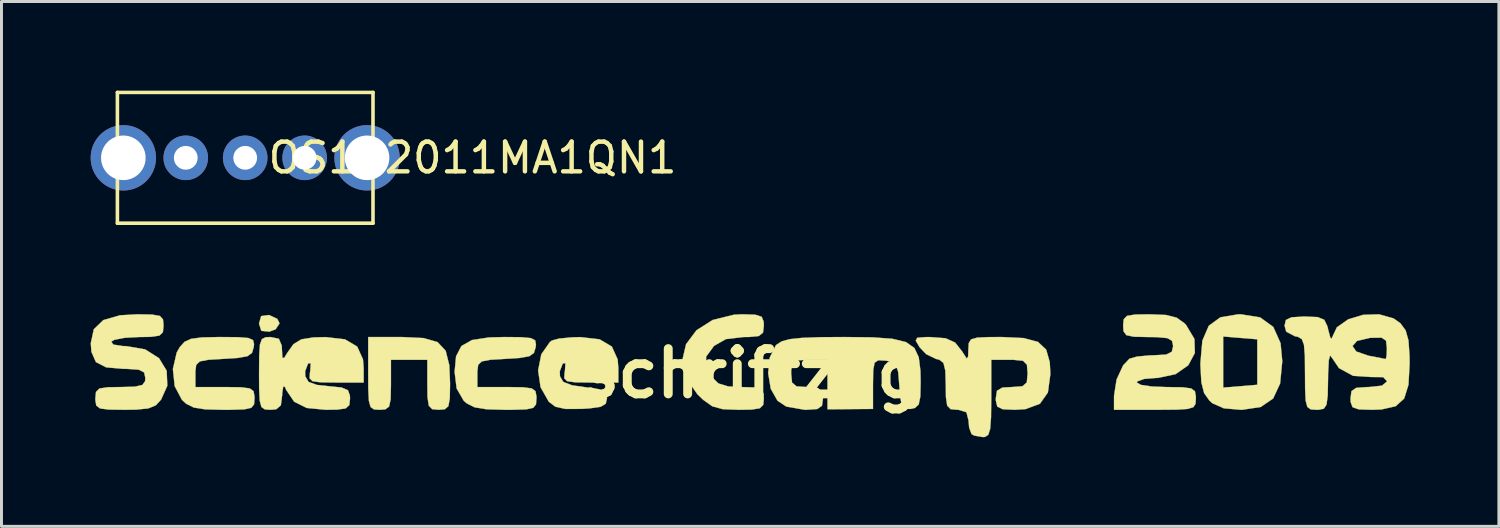
<source format=kicad_pcb>
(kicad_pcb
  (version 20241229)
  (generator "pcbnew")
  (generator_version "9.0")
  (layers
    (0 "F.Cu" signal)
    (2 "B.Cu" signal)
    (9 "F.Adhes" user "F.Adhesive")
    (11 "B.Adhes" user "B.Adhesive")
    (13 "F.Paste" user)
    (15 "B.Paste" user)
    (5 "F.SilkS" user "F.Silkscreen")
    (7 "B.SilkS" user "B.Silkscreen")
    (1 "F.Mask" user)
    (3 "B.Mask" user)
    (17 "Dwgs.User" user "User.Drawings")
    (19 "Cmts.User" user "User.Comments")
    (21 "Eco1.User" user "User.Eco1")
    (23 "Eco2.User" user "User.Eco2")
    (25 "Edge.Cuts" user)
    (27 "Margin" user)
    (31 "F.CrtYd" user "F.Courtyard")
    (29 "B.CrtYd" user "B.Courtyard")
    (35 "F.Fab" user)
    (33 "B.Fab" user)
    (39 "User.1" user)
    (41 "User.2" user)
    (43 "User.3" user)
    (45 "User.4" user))
  (footprint "OS102011MA1QN1"
    (layer "F.Cu")
    (at 4.1 2.26)
    (property "Reference" "OS102011MA1QN1" (at 8.75 0 0) (layer "F.SilkS") (effects (font (size 1 1) (thickness 0.15))))
    (attr through_hole)
    (fp_line (start -3.2 -2.2) (end -3.2 2.2) (stroke (width 0.12) (type solid)) (layer "F.SilkS"))
    (fp_line (start -3.2 -2.2) (end 5.4 -2.2) (stroke (width 0.12) (type solid)) (layer "F.SilkS"))
    (fp_line (start -3.2 2.2) (end 5.4 2.2) (stroke (width 0.12) (type solid)) (layer "F.SilkS"))
    (fp_line (start 5.4 -2.2) (end 5.4 2.2) (stroke (width 0.12) (type solid)) (layer "F.SilkS"))
    (pad "" thru_hole circle (at -3 0) (size 2.2 2.2) (drill 1.5) (layers "*.Cu" "*.Mask"))
    (pad "" thru_hole circle (at 5.2 0) (size 2.2 2.2) (drill 1.5) (layers "*.Cu" "*.Mask"))
    (pad "1" thru_hole circle (at -0.9 0) (size 1.5 1.5) (drill 0.8) (layers "*.Cu" "*.Mask"))
    (pad "2" thru_hole circle (at 1.1 0) (size 1.5 1.5) (drill 0.8) (layers "*.Cu" "*.Mask"))
    (pad "3" thru_hole circle (at 3.1 0) (size 1.5 1.5) (drill 0.8) (layers "*.Cu" "*.Mask")))
  (footprint "schriftzug"
    (layer "F.Cu")
    (at 22.192 9.514)
    (property "Reference" "schriftzug" (at 0 0 0) (layer "F.SilkS") (effects (font (size 1.524 1.524) (thickness 0.3))))
    (attr through_hole)
    (fp_poly (pts (xy -16.181 -1.962) (xy -15.912 -1.836) (xy -15.837 -1.683) (xy -15.967 -1.485) (xy -16.181 -1.405) (xy -16.45 -1.433) (xy -16.525 -1.669) (xy -16.525 -1.683) (xy -16.455 -1.929) (xy -16.195 -1.964) (xy -16.181 -1.962)) (stroke (width 0.01) (type solid)) (fill yes) (layer "F.SilkS"))
    (fp_poly (pts (xy -10.991 -1.189) (xy -10.519 -1.052) (xy -10.247 -0.763) (xy -10.124 -0.273) (xy -10.099 0.34) (xy -10.108 0.837) (xy -10.155 1.101) (xy -10.273 1.206) (xy -10.481 1.224) (xy -10.7 1.202) (xy -10.814 1.087) (xy -10.858 0.803) (xy -10.864 0.383) (xy -10.864 -0.459) (xy -12.088 -0.459) (xy -12.088 0.383) (xy -12.098 0.865) (xy -12.15 1.115) (xy -12.279 1.21) (xy -12.47 1.224) (xy -12.66 1.211) (xy -12.774 1.13) (xy -12.831 0.919) (xy -12.851 0.516) (xy -12.853 0) (xy -12.853 -1.224) (xy -11.714 -1.224) (xy -10.991 -1.189)) (stroke (width 0.01) (type solid)) (fill yes) (layer "F.SilkS"))
    (fp_poly (pts (xy 17.156 -1.885) (xy 17.599 -1.565) (xy 17.844 -1.018) (xy 17.902 -0.41) (xy 17.829 0.34) (xy 17.595 0.844) (xy 17.175 1.13) (xy 16.548 1.224) (xy 16.514 1.224) (xy 15.935 1.174) (xy 15.552 1.004) (xy 15.454 0.918) (xy 15.273 0.663) (xy 15.225 0.478) (xy 15.913 0.478) (xy 17.061 0.383) (xy 17.061 -1.148) (xy 16.487 -1.195) (xy 15.913 -1.243) (xy 15.913 0.478) (xy 15.225 0.478) (xy 15.179 0.3) (xy 15.149 -0.263) (xy 15.148 -0.356) (xy 15.214 -1.104) (xy 15.43 -1.604) (xy 15.821 -1.888) (xy 16.416 -1.988) (xy 16.504 -1.989) (xy 17.156 -1.885)) (stroke (width 0.01) (type solid)) (fill yes) (layer "F.SilkS"))
    (fp_poly (pts (xy 0.172 -1.975) (xy 0.386 -1.905) (xy 0.454 -1.737) (xy 0.459 -1.607) (xy 0.43 -1.371) (xy 0.29 -1.259) (xy -0.044 -1.226) (xy -0.23 -1.224) (xy -0.82 -1.154) (xy -1.214 -0.928) (xy -1.224 -0.918) (xy -1.484 -0.564) (xy -1.481 -0.22) (xy -1.292 0.119) (xy -1.073 0.336) (xy -0.746 0.437) (xy -0.297 0.459) (xy 0.153 0.472) (xy 0.377 0.537) (xy 0.452 0.693) (xy 0.459 0.842) (xy 0.438 1.059) (xy 0.324 1.173) (xy 0.044 1.217) (xy -0.398 1.224) (xy -0.923 1.203) (xy -1.275 1.107) (xy -1.585 0.886) (xy -1.775 0.704) (xy -2.168 0.142) (xy -2.287 -0.435) (xy -2.159 -0.982) (xy -1.808 -1.452) (xy -1.262 -1.798) (xy -0.545 -1.975) (xy -0.268 -1.989) (xy 0.172 -1.975)) (stroke (width 0.01) (type solid)) (fill yes) (layer "F.SilkS"))
    (fp_poly (pts (xy -7.708 -1.219) (xy -7.381 -1.188) (xy -7.235 -1.113) (xy -7.209 -0.973) (xy -7.219 -0.88) (xy -7.277 -0.689) (xy -7.433 -0.578) (xy -7.758 -0.52) (xy -8.224 -0.49) (xy -8.746 -0.459) (xy -9.032 -0.404) (xy -9.153 -0.289) (xy -9.18 -0.077) (xy -9.181 0.007) (xy -9.181 0.459) (xy -8.186 0.459) (xy -7.652 0.466) (xy -7.354 0.504) (xy -7.224 0.599) (xy -7.192 0.779) (xy -7.192 0.842) (xy -7.207 1.041) (xy -7.299 1.156) (xy -7.533 1.209) (xy -7.977 1.223) (xy -8.263 1.224) (xy -8.878 1.206) (xy -9.276 1.14) (xy -9.54 1.006) (xy -9.64 0.918) (xy -9.878 0.506) (xy -9.946 -0.053) (xy -9.897 -0.576) (xy -9.717 -0.922) (xy -9.361 -1.123) (xy -8.782 -1.211) (xy -8.278 -1.224) (xy -7.708 -1.219)) (stroke (width 0.01) (type solid)) (fill yes) (layer "F.SilkS"))
    (fp_poly (pts (xy -5.068 -1.147) (xy -4.655 -0.903) (xy -4.46 -0.471) (xy -4.437 -0.179) (xy -4.437 0.306) (xy -5.373 0.306) (xy -5.886 0.3) (xy -6.159 0.262) (xy -6.257 0.163) (xy -6.245 -0.029) (xy -6.234 -0.088) (xy -6.217 -0.345) (xy -6.307 -0.334) (xy -6.407 -0.072) (xy -6.401 0.099) (xy -6.289 0.286) (xy -5.994 0.4) (xy -5.584 0.459) (xy -5.12 0.526) (xy -4.89 0.629) (xy -4.821 0.805) (xy -4.82 0.842) (xy -4.861 1.021) (xy -5.031 1.122) (xy -5.402 1.176) (xy -5.67 1.193) (xy -6.215 1.196) (xy -6.555 1.121) (xy -6.777 0.953) (xy -7.054 0.464) (xy -7.136 -0.102) (xy -7.029 -0.644) (xy -6.738 -1.058) (xy -6.671 -1.107) (xy -6.43 -1.172) (xy -6.001 -1.214) (xy -5.723 -1.222) (xy -5.068 -1.147)) (stroke (width 0.01) (type solid)) (fill yes) (layer "F.SilkS"))
    (fp_poly (pts (xy -17.223 -1.219) (xy -16.884 -1.191) (xy -16.728 -1.12) (xy -16.694 -0.988) (xy -16.706 -0.88) (xy -16.764 -0.689) (xy -16.919 -0.578) (xy -17.245 -0.52) (xy -17.711 -0.49) (xy -18.232 -0.459) (xy -18.518 -0.404) (xy -18.64 -0.289) (xy -18.667 -0.077) (xy -18.667 0.007) (xy -18.667 0.459) (xy -17.673 0.459) (xy -17.138 0.466) (xy -16.84 0.504) (xy -16.71 0.599) (xy -16.679 0.779) (xy -16.678 0.842) (xy -16.694 1.042) (xy -16.786 1.156) (xy -17.022 1.209) (xy -17.467 1.223) (xy -17.743 1.224) (xy -18.341 1.209) (xy -18.723 1.148) (xy -18.977 1.021) (xy -19.121 0.889) (xy -19.364 0.429) (xy -19.425 -0.146) (xy -19.297 -0.701) (xy -19.194 -0.884) (xy -19.035 -1.061) (xy -18.814 -1.163) (xy -18.453 -1.211) (xy -17.871 -1.224) (xy -17.807 -1.224) (xy -17.223 -1.219)) (stroke (width 0.01) (type solid)) (fill yes) (layer "F.SilkS"))
    (fp_poly (pts (xy -20.126 -1.98) (xy -19.861 -1.933) (xy -19.757 -1.815) (xy -19.739 -1.607) (xy -19.761 -1.387) (xy -19.877 -1.273) (xy -20.164 -1.23) (xy -20.571 -1.224) (xy -21.05 -1.198) (xy -21.394 -1.131) (xy -21.498 -1.071) (xy -21.43 -0.97) (xy -21.11 -0.92) (xy -20.992 -0.918) (xy -20.357 -0.808) (xy -19.892 -0.513) (xy -19.633 -0.087) (xy -19.613 0.417) (xy -19.824 0.884) (xy -20 1.074) (xy -20.251 1.177) (xy -20.664 1.219) (xy -21.048 1.224) (xy -21.58 1.217) (xy -21.875 1.179) (xy -22.003 1.082) (xy -22.033 0.899) (xy -22.034 0.842) (xy -22.012 0.622) (xy -21.896 0.508) (xy -21.612 0.465) (xy -21.192 0.459) (xy -20.706 0.446) (xy -20.452 0.388) (xy -20.36 0.26) (xy -20.351 0.153) (xy -20.393 -0.033) (xy -20.57 -0.125) (xy -20.958 -0.152) (xy -21.085 -0.153) (xy -21.671 -0.204) (xy -22.015 -0.382) (xy -22.167 -0.727) (xy -22.187 -1.017) (xy -22.086 -1.485) (xy -21.767 -1.793) (xy -21.208 -1.955) (xy -20.623 -1.989) (xy -20.126 -1.98)) (stroke (width 0.01) (type solid)) (fill yes) (layer "F.SilkS"))
    (fp_poly (pts (xy 13.993 -1.966) (xy 14.349 -1.875) (xy 14.612 -1.686) (xy 14.662 -1.635) (xy 14.946 -1.16) (xy 14.961 -0.688) (xy 14.739 -0.274) (xy 14.312 0.025) (xy 13.713 0.152) (xy 13.646 0.153) (xy 13.253 0.186) (xy 13.027 0.267) (xy 13.006 0.306) (xy 13.147 0.386) (xy 13.519 0.441) (xy 14.001 0.459) (xy 14.535 0.466) (xy 14.833 0.504) (xy 14.963 0.599) (xy 14.995 0.779) (xy 14.995 0.842) (xy 14.984 1.023) (xy 14.912 1.135) (xy 14.72 1.195) (xy 14.349 1.219) (xy 13.74 1.224) (xy 13.618 1.224) (xy 12.241 1.224) (xy 12.241 0.755) (xy 12.327 0.206) (xy 12.547 -0.27) (xy 12.761 -0.495) (xy 13.011 -0.566) (xy 13.43 -0.606) (xy 13.58 -0.61) (xy 13.996 -0.634) (xy 14.186 -0.728) (xy 14.23 -0.918) (xy 14.194 -1.095) (xy 14.036 -1.187) (xy 13.684 -1.221) (xy 13.389 -1.224) (xy 12.907 -1.234) (xy 12.656 -1.287) (xy 12.561 -1.416) (xy 12.547 -1.607) (xy 12.567 -1.821) (xy 12.676 -1.935) (xy 12.948 -1.981) (xy 13.438 -1.989) (xy 13.993 -1.966)) (stroke (width 0.01) (type solid)) (fill yes) (layer "F.SilkS"))
    (fp_poly (pts (xy 4.105 -1.214) (xy 4.783 -1.165) (xy 5.242 -1.054) (xy 5.524 -0.855) (xy 5.671 -0.543) (xy 5.727 -0.093) (xy 5.735 0.28) (xy 5.724 0.777) (xy 5.669 1.046) (xy 5.541 1.163) (xy 5.402 1.195) (xy 5.205 1.194) (xy 5.097 1.07) (xy 5.042 0.753) (xy 5.019 0.43) (xy 4.98 -0.044) (xy 4.902 -0.293) (xy 4.741 -0.399) (xy 4.552 -0.431) (xy 4.311 -0.443) (xy 4.186 -0.362) (xy 4.139 -0.115) (xy 4.131 0.358) (xy 4.131 1.195) (xy 3.366 1.201) (xy 2.601 1.207) (xy 2.601 -0.459) (xy 1.989 -0.459) (xy 1.597 -0.441) (xy 1.422 -0.343) (xy 1.378 -0.099) (xy 1.377 0) (xy 1.407 0.308) (xy 1.558 0.435) (xy 1.913 0.459) (xy 2.275 0.488) (xy 2.423 0.616) (xy 2.448 0.842) (xy 2.415 1.088) (xy 2.257 1.198) (xy 1.889 1.224) (xy 1.836 1.224) (xy 1.216 1.116) (xy 0.918 0.918) (xy 0.691 0.517) (xy 0.604 -0.01) (xy 0.659 -0.537) (xy 0.857 -0.936) (xy 0.892 -0.971) (xy 1.062 -1.079) (xy 1.329 -1.152) (xy 1.745 -1.196) (xy 2.364 -1.219) (xy 3.163 -1.224) (xy 4.105 -1.214)) (stroke (width 0.01) (type solid)) (fill yes) (layer "F.SilkS"))
    (fp_poly (pts (xy -15.86 -1.167) (xy -15.762 -0.936) (xy -15.756 -0.803) (xy -15.741 -0.523) (xy -15.679 -0.523) (xy -15.577 -0.689) (xy -15.368 -0.985) (xy -15.104 -1.146) (xy -14.691 -1.212) (xy -14.292 -1.222) (xy -13.636 -1.147) (xy -13.223 -0.903) (xy -13.029 -0.471) (xy -13.006 -0.179) (xy -13.006 0.306) (xy -13.942 0.306) (xy -14.455 0.3) (xy -14.728 0.262) (xy -14.825 0.163) (xy -14.814 -0.029) (xy -14.803 -0.088) (xy -14.786 -0.345) (xy -14.876 -0.334) (xy -14.976 -0.072) (xy -14.97 0.099) (xy -14.861 0.285) (xy -14.576 0.388) (xy -14.19 0.429) (xy -13.75 0.474) (xy -13.536 0.564) (xy -13.469 0.746) (xy -13.465 0.85) (xy -13.489 1.067) (xy -13.611 1.178) (xy -13.907 1.219) (xy -14.283 1.224) (xy -14.923 1.162) (xy -15.345 0.951) (xy -15.614 0.554) (xy -15.652 0.459) (xy -15.71 0.431) (xy -15.745 0.656) (xy -15.748 0.727) (xy -15.792 1.073) (xy -15.949 1.207) (xy -16.143 1.224) (xy -16.332 1.211) (xy -16.446 1.13) (xy -16.503 0.919) (xy -16.523 0.516) (xy -16.525 0) (xy -16.521 -0.607) (xy -16.496 -0.971) (xy -16.43 -1.153) (xy -16.304 -1.217) (xy -16.143 -1.224) (xy -15.86 -1.167)) (stroke (width 0.01) (type solid)) (fill yes) (layer "F.SilkS"))
    (fp_poly (pts (xy 9.201 -1.189) (xy 9.681 -1.061) (xy 9.958 -0.801) (xy 10.08 -0.373) (xy 10.099 0.027) (xy 10.016 0.641) (xy 9.747 1.022) (xy 9.261 1.201) (xy 8.901 1.224) (xy 8.496 1.205) (xy 8.312 1.115) (xy 8.263 0.902) (xy 8.263 0.842) (xy 8.303 0.583) (xy 8.483 0.477) (xy 8.798 0.459) (xy 9.158 0.433) (xy 9.306 0.304) (xy 9.334 0) (xy 9.31 -0.294) (xy 9.179 -0.425) (xy 8.853 -0.458) (xy 8.722 -0.459) (xy 8.11 -0.459) (xy 8.11 0.842) (xy 8.103 1.477) (xy 8.074 1.865) (xy 8.011 2.065) (xy 7.901 2.137) (xy 7.829 2.142) (xy 7.538 2.092) (xy 7.447 2.04) (xy 7.366 1.821) (xy 7.345 1.581) (xy 7.275 1.307) (xy 7.01 1.225) (xy 6.962 1.224) (xy 6.742 1.202) (xy 6.628 1.085) (xy 6.585 0.798) (xy 6.58 0.393) (xy 6.565 -0.093) (xy 6.502 -0.352) (xy 6.362 -0.462) (xy 6.253 -0.487) (xy 5.922 -0.647) (xy 5.699 -0.88) (xy 5.57 -1.102) (xy 5.619 -1.199) (xy 5.9 -1.222) (xy 6.064 -1.222) (xy 6.575 -1.183) (xy 6.896 -1.037) (xy 7.138 -0.729) (xy 7.162 -0.689) (xy 7.286 -0.498) (xy 7.332 -0.567) (xy 7.34 -0.803) (xy 7.353 -1.019) (xy 7.431 -1.145) (xy 7.639 -1.204) (xy 8.042 -1.223) (xy 8.468 -1.224) (xy 9.201 -1.189)) (stroke (width 0.01) (type solid)) (fill yes) (layer "F.SilkS"))
    (fp_poly (pts (xy 21.646 -1.851) (xy 21.881 -1.683) (xy 22.054 -1.445) (xy 22.148 -1.111) (xy 22.184 -0.593) (xy 22.187 -0.33) (xy 22.148 0.383) (xy 22.004 0.845) (xy 21.716 1.105) (xy 21.243 1.212) (xy 20.912 1.224) (xy 20.477 1.21) (xy 20.267 1.137) (xy 20.202 0.964) (xy 20.198 0.842) (xy 20.231 0.595) (xy 20.389 0.486) (xy 20.756 0.459) (xy 20.81 0.459) (xy 21.254 0.412) (xy 21.421 0.275) (xy 21.422 0.26) (xy 21.298 0.125) (xy 20.914 0.121) (xy 20.904 0.122) (xy 20.284 0.081) (xy 19.811 -0.178) (xy 19.587 -0.507) (xy 19.513 -0.606) (xy 19.468 -0.449) (xy 19.445 -0.015) (xy 19.442 0.191) (xy 19.431 0.739) (xy 19.392 1.048) (xy 19.301 1.187) (xy 19.131 1.223) (xy 19.05 1.224) (xy 18.86 1.211) (xy 18.746 1.129) (xy 18.689 0.917) (xy 18.67 0.511) (xy 18.667 0.011) (xy 18.662 -0.596) (xy 18.635 -0.921) (xy 20.265 -0.921) (xy 20.393 -0.736) (xy 20.805 -0.595) (xy 20.81 -0.594) (xy 21.174 -0.526) (xy 21.374 -0.483) (xy 21.383 -0.479) (xy 21.412 -0.594) (xy 21.422 -0.851) (xy 21.392 -1.105) (xy 21.243 -1.203) (xy 20.888 -1.198) (xy 20.848 -1.195) (xy 20.418 -1.094) (xy 20.265 -0.921) (xy 18.635 -0.921) (xy 18.632 -0.962) (xy 18.561 -1.152) (xy 18.432 -1.231) (xy 18.323 -1.252) (xy 18.035 -1.404) (xy 17.979 -1.607) (xy 18.024 -1.798) (xy 18.212 -1.888) (xy 18.619 -1.913) (xy 18.666 -1.913) (xy 19.095 -1.895) (xy 19.315 -1.805) (xy 19.42 -1.586) (xy 19.451 -1.454) (xy 19.522 -1.194) (xy 19.565 -1.17) (xy 19.567 -1.186) (xy 19.739 -1.551) (xy 20.12 -1.819) (xy 20.623 -1.971) (xy 21.16 -1.988) (xy 21.646 -1.851)) (stroke (width 0.01) (type solid)) (fill yes) (layer "F.SilkS")))
  (gr_rect
    (start -3 -3)
    (end 47.383 14.661)
    (stroke (width 0.1) (type default))
    (fill no)
    (layer "Edge.Cuts")))
</source>
